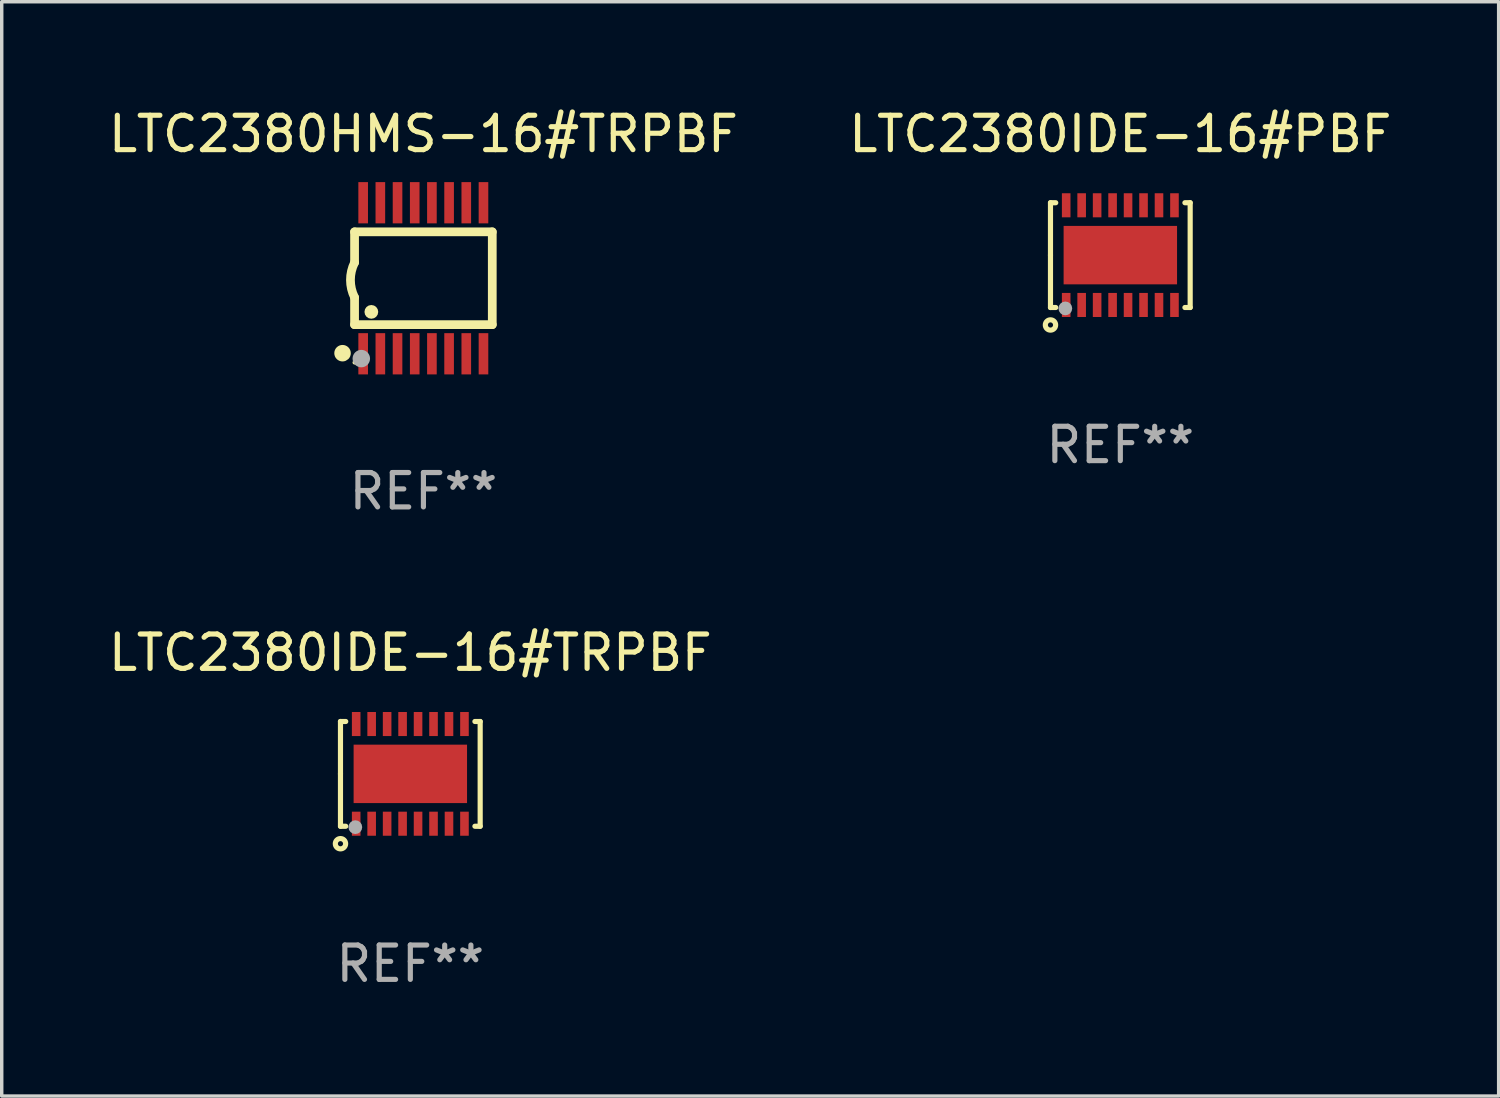
<source format=kicad_pcb>
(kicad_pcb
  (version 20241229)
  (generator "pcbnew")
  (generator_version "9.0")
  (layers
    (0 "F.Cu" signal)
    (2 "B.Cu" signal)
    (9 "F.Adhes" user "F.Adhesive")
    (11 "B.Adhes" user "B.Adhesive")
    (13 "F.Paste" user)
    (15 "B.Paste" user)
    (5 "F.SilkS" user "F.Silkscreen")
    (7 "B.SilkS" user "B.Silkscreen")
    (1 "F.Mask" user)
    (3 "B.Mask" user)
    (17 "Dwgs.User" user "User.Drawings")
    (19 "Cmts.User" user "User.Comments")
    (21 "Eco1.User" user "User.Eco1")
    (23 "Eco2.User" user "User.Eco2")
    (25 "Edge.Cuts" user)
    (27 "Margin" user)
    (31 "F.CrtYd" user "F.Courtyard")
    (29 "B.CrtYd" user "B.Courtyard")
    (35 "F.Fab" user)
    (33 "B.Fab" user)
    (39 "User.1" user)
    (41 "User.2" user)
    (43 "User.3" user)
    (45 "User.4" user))
  (footprint "LTC2380IDE-16#PBF"
    (layer "F.Cu")
    (at 29.542 4.372)
    (property "Reference" "LTC2380IDE-16#PBF" (at 0 -3.524 0) (layer "F.SilkS") (effects (font (size 1 1) (thickness 0.15))))
    (attr through_hole)
    (fp_line (start -2.032 -1.524) (end -1.879 -1.524) (stroke (width 0.15) (type solid)) (layer "F.SilkS"))
    (fp_line (start -2.032 0) (end -2.032 -1.524) (stroke (width 0.15) (type solid)) (layer "F.SilkS"))
    (fp_line (start -2.032 1.524) (end -2.032 0) (stroke (width 0.15) (type solid)) (layer "F.SilkS"))
    (fp_line (start -1.879 1.524) (end -2.032 1.524) (stroke (width 0.15) (type solid)) (layer "F.SilkS"))
    (fp_line (start 1.879 -1.524) (end 2.032 -1.524) (stroke (width 0.15) (type solid)) (layer "F.SilkS"))
    (fp_line (start 2.032 -1.524) (end 2.032 1.524) (stroke (width 0.15) (type solid)) (layer "F.SilkS"))
    (fp_line (start 2.032 1.524) (end 1.879 1.524) (stroke (width 0.15) (type solid)) (layer "F.SilkS"))
    (fp_circle (center -2.032 2.032) (end -1.882 2.032) (stroke (width 0.15) (type solid)) (fill no) (layer "F.SilkS"))
    (fp_circle (center -2 1.5) (end -1.97 1.5) (stroke (width 0.06) (type solid)) (fill no) (layer "F.SilkS"))
    (fp_circle (center -1.6 1.55) (end -1.5 1.55) (stroke (width 0.2) (type solid)) (fill no) (layer "F.Fab"))
    (fp_text user "REF**" (at 0 5.524 0) (layer "F.Fab") (effects (font (size 1 1) (thickness 0.15))))
    (pad "1" smd rect (at -1.575 1.45 90) (size 0.7 0.25) (layers "F.Cu" "F.Mask" "F.Paste"))
    (pad "2" smd rect (at -1.125 1.45 90) (size 0.7 0.25) (layers "F.Cu" "F.Mask" "F.Paste"))
    (pad "3" smd rect (at -0.675 1.45 90) (size 0.7 0.25) (layers "F.Cu" "F.Mask" "F.Paste"))
    (pad "4" smd rect (at -0.225 1.45 90) (size 0.7 0.25) (layers "F.Cu" "F.Mask" "F.Paste"))
    (pad "5" smd rect (at 0.225 1.45 90) (size 0.7 0.25) (layers "F.Cu" "F.Mask" "F.Paste"))
    (pad "6" smd rect (at 0.675 1.45 90) (size 0.7 0.25) (layers "F.Cu" "F.Mask" "F.Paste"))
    (pad "7" smd rect (at 1.125 1.45 90) (size 0.7 0.25) (layers "F.Cu" "F.Mask" "F.Paste"))
    (pad "8" smd rect (at 1.575 1.45 90) (size 0.7 0.25) (layers "F.Cu" "F.Mask" "F.Paste"))
    (pad "9" smd rect (at 1.575 -1.45 90) (size 0.7 0.25) (layers "F.Cu" "F.Mask" "F.Paste"))
    (pad "10" smd rect (at 1.125 -1.45 90) (size 0.7 0.25) (layers "F.Cu" "F.Mask" "F.Paste"))
    (pad "11" smd rect (at 0.675 -1.45 90) (size 0.7 0.25) (layers "F.Cu" "F.Mask" "F.Paste"))
    (pad "12" smd rect (at 0.225 -1.45 90) (size 0.7 0.25) (layers "F.Cu" "F.Mask" "F.Paste"))
    (pad "13" smd rect (at -0.225 -1.45 90) (size 0.7 0.25) (layers "F.Cu" "F.Mask" "F.Paste"))
    (pad "14" smd rect (at -0.675 -1.45 90) (size 0.7 0.25) (layers "F.Cu" "F.Mask" "F.Paste"))
    (pad "15" smd rect (at -1.125 -1.45 90) (size 0.7 0.25) (layers "F.Cu" "F.Mask" "F.Paste"))
    (pad "16" smd rect (at -1.575 -1.45 90) (size 0.7 0.25) (layers "F.Cu" "F.Mask" "F.Paste"))
    (pad "17" smd rect (at 0.000127 0 90) (size 1.7 3.3) (layers "F.Cu" "F.Mask" "F.Paste")))
  (footprint "LTC2380HMS-16#TRPBF"
    (layer "F.Cu")
    (at 9.268 5.045)
    (property "Reference" "LTC2380HMS-16#TRPBF" (at 0 -4.197 0) (layer "F.SilkS") (effects (font (size 1 1) (thickness 0.15))))
    (attr through_hole)
    (fp_line (start -2.003 -1.35) (end -2.003 -0.457) (stroke (width 0.254) (type solid)) (layer "F.SilkS"))
    (fp_line (start -2.003 -1.35) (end 2.003 -1.35) (stroke (width 0.254) (type solid)) (layer "F.SilkS"))
    (fp_line (start -2.003 1.35) (end -2.003 0.559) (stroke (width 0.254) (type solid)) (layer "F.SilkS"))
    (fp_line (start -2.003 1.35) (end 2.003 1.35) (stroke (width 0.254) (type solid)) (layer "F.SilkS"))
    (fp_line (start 2.003 -1.35) (end 2.003 1.35) (stroke (width 0.254) (type solid)) (layer "F.SilkS"))
    (fp_arc (start -2.002286 0.558802) (mid -2.122556 0.05092) (end -2.003302 -0.457201) (stroke (width 0.254001) (type solid)) (layer "F.SilkS"))
    (fp_circle (center -2.353 2.18) (end -2.233 2.18) (stroke (width 0.24) (type solid)) (fill no) (layer "F.SilkS"))
    (fp_circle (center -2.003 2.45) (end -1.973 2.45) (stroke (width 0.06) (type solid)) (fill no) (layer "F.SilkS"))
    (fp_circle (center -1.515 0.978) (end -1.415 0.978) (stroke (width 0.2) (type solid)) (fill no) (layer "F.SilkS"))
    (fp_circle (center -1.807 2.337) (end -1.68 2.337) (stroke (width 0.254) (type solid)) (fill no) (layer "F.Fab"))
    (fp_text user "REF**" (at 0 6.197 0) (layer "F.Fab") (effects (font (size 1 1) (thickness 0.15))))
    (pad "1" smd rect (at -1.753 2.197 90) (size 1.2 0.28) (layers "F.Cu" "F.Mask" "F.Paste"))
    (pad "2" smd rect (at -1.253 2.197 90) (size 1.2 0.28) (layers "F.Cu" "F.Mask" "F.Paste"))
    (pad "3" smd rect (at -0.753 2.197 90) (size 1.2 0.28) (layers "F.Cu" "F.Mask" "F.Paste"))
    (pad "4" smd rect (at -0.253 2.197 90) (size 1.2 0.28) (layers "F.Cu" "F.Mask" "F.Paste"))
    (pad "5" smd rect (at 0.247 2.197 90) (size 1.2 0.28) (layers "F.Cu" "F.Mask" "F.Paste"))
    (pad "6" smd rect (at 0.747 2.197 90) (size 1.2 0.28) (layers "F.Cu" "F.Mask" "F.Paste"))
    (pad "7" smd rect (at 1.247 2.197 90) (size 1.2 0.28) (layers "F.Cu" "F.Mask" "F.Paste"))
    (pad "8" smd rect (at 1.747 2.197 90) (size 1.2 0.28) (layers "F.Cu" "F.Mask" "F.Paste"))
    (pad "9" smd rect (at 1.747 -2.197 90) (size 1.2 0.28) (layers "F.Cu" "F.Mask" "F.Paste"))
    (pad "10" smd rect (at 1.247 -2.197 90) (size 1.2 0.28) (layers "F.Cu" "F.Mask" "F.Paste"))
    (pad "11" smd rect (at 0.747 -2.197 90) (size 1.2 0.28) (layers "F.Cu" "F.Mask" "F.Paste"))
    (pad "12" smd rect (at 0.247 -2.197 90) (size 1.2 0.28) (layers "F.Cu" "F.Mask" "F.Paste"))
    (pad "13" smd rect (at -0.253 -2.197 90) (size 1.2 0.28) (layers "F.Cu" "F.Mask" "F.Paste"))
    (pad "14" smd rect (at -0.753 -2.197 90) (size 1.2 0.28) (layers "F.Cu" "F.Mask" "F.Paste"))
    (pad "15" smd rect (at -1.253 -2.197 90) (size 1.2 0.28) (layers "F.Cu" "F.Mask" "F.Paste"))
    (pad "16" smd rect (at -1.753 -2.197 90) (size 1.2 0.28) (layers "F.Cu" "F.Mask" "F.Paste")))
  (footprint "LTC2380IDE-16#TRPBF"
    (layer "F.Cu")
    (at 8.887 19.463)
    (property "Reference" "LTC2380IDE-16#TRPBF" (at 0 -3.524 0) (layer "F.SilkS") (effects (font (size 1 1) (thickness 0.15))))
    (attr through_hole)
    (fp_line (start -2.032 -1.524) (end -1.879 -1.524) (stroke (width 0.15) (type solid)) (layer "F.SilkS"))
    (fp_line (start -2.032 0) (end -2.032 -1.524) (stroke (width 0.15) (type solid)) (layer "F.SilkS"))
    (fp_line (start -2.032 1.524) (end -2.032 0) (stroke (width 0.15) (type solid)) (layer "F.SilkS"))
    (fp_line (start -1.879 1.524) (end -2.032 1.524) (stroke (width 0.15) (type solid)) (layer "F.SilkS"))
    (fp_line (start 1.879 -1.524) (end 2.032 -1.524) (stroke (width 0.15) (type solid)) (layer "F.SilkS"))
    (fp_line (start 2.032 -1.524) (end 2.032 1.524) (stroke (width 0.15) (type solid)) (layer "F.SilkS"))
    (fp_line (start 2.032 1.524) (end 1.879 1.524) (stroke (width 0.15) (type solid)) (layer "F.SilkS"))
    (fp_circle (center -2.032 2.032) (end -1.882 2.032) (stroke (width 0.15) (type solid)) (fill no) (layer "F.SilkS"))
    (fp_circle (center -2 1.5) (end -1.97 1.5) (stroke (width 0.06) (type solid)) (fill no) (layer "F.SilkS"))
    (fp_circle (center -1.6 1.55) (end -1.5 1.55) (stroke (width 0.2) (type solid)) (fill no) (layer "F.Fab"))
    (fp_text user "REF**" (at 0 5.524 0) (layer "F.Fab") (effects (font (size 1 1) (thickness 0.15))))
    (pad "1" smd rect (at -1.575 1.45 90) (size 0.7 0.25) (layers "F.Cu" "F.Mask" "F.Paste"))
    (pad "2" smd rect (at -1.125 1.45 90) (size 0.7 0.25) (layers "F.Cu" "F.Mask" "F.Paste"))
    (pad "3" smd rect (at -0.675 1.45 90) (size 0.7 0.25) (layers "F.Cu" "F.Mask" "F.Paste"))
    (pad "4" smd rect (at -0.225 1.45 90) (size 0.7 0.25) (layers "F.Cu" "F.Mask" "F.Paste"))
    (pad "5" smd rect (at 0.225 1.45 90) (size 0.7 0.25) (layers "F.Cu" "F.Mask" "F.Paste"))
    (pad "6" smd rect (at 0.675 1.45 90) (size 0.7 0.25) (layers "F.Cu" "F.Mask" "F.Paste"))
    (pad "7" smd rect (at 1.125 1.45 90) (size 0.7 0.25) (layers "F.Cu" "F.Mask" "F.Paste"))
    (pad "8" smd rect (at 1.575 1.45 90) (size 0.7 0.25) (layers "F.Cu" "F.Mask" "F.Paste"))
    (pad "9" smd rect (at 1.575 -1.45 90) (size 0.7 0.25) (layers "F.Cu" "F.Mask" "F.Paste"))
    (pad "10" smd rect (at 1.125 -1.45 90) (size 0.7 0.25) (layers "F.Cu" "F.Mask" "F.Paste"))
    (pad "11" smd rect (at 0.675 -1.45 90) (size 0.7 0.25) (layers "F.Cu" "F.Mask" "F.Paste"))
    (pad "12" smd rect (at 0.225 -1.45 90) (size 0.7 0.25) (layers "F.Cu" "F.Mask" "F.Paste"))
    (pad "13" smd rect (at -0.225 -1.45 90) (size 0.7 0.25) (layers "F.Cu" "F.Mask" "F.Paste"))
    (pad "14" smd rect (at -0.675 -1.45 90) (size 0.7 0.25) (layers "F.Cu" "F.Mask" "F.Paste"))
    (pad "15" smd rect (at -1.125 -1.45 90) (size 0.7 0.25) (layers "F.Cu" "F.Mask" "F.Paste"))
    (pad "16" smd rect (at -1.575 -1.45 90) (size 0.7 0.25) (layers "F.Cu" "F.Mask" "F.Paste"))
    (pad "17" smd rect (at 0.000127 0 90) (size 1.7 3.3) (layers "F.Cu" "F.Mask" "F.Paste")))
  (gr_rect
    (start -3 -3)
    (end 40.548 28.835)
    (stroke (width 0.1) (type default))
    (fill no)
    (layer "Edge.Cuts")))
</source>
